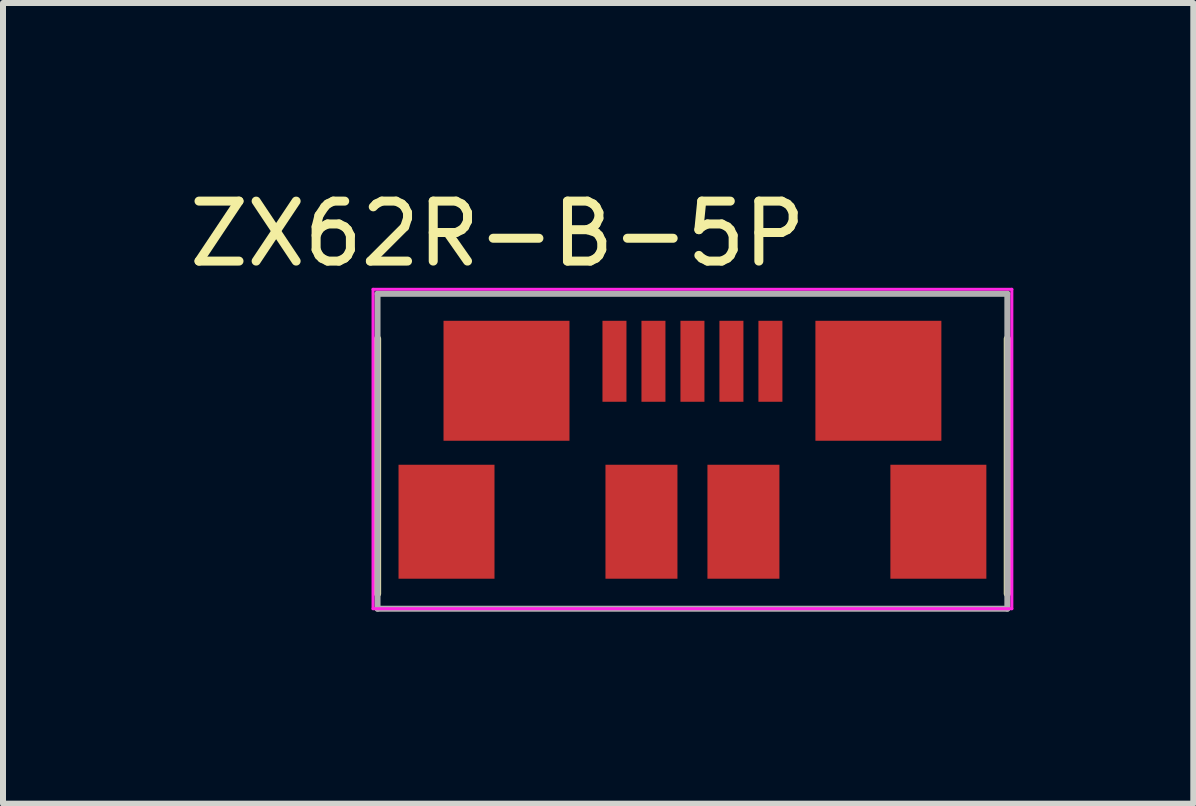
<source format=kicad_pcb>
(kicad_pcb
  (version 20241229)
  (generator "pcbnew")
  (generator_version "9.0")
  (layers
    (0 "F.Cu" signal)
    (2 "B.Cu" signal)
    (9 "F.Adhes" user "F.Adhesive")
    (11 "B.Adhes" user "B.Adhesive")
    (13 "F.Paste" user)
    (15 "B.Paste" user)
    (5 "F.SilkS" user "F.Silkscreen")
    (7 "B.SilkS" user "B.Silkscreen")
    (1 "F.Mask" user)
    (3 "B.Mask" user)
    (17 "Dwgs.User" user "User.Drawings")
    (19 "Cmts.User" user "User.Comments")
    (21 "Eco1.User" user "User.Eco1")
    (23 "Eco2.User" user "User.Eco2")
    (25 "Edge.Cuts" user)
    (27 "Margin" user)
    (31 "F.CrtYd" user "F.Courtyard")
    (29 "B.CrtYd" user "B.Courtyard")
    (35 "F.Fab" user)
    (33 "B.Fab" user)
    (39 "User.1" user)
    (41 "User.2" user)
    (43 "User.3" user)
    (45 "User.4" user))
  (footprint "ZX62R-B-5P"
    (layer "F.Cu")
    (at 8.494 7.098)
    (property "Reference" "ZX62R-B-5P" (at -3.25 -6.25 0) (layer "F.SilkS") (effects (font (size 1 1) (thickness 0.15))))
    (attr through_hole)
    (fp_line (start -5.25 -0.25) (end -5.25 -4.5) (stroke (width 0.12) (type solid)) (layer "F.SilkS"))
    (fp_line (start 5.25 -4.5) (end 5.25 -0.25) (stroke (width 0.12) (type solid)) (layer "F.SilkS"))
    (fp_line (start -5.325 -5.325) (end -5.325 0) (stroke (width 0.05) (type solid)) (layer "F.CrtYd"))
    (fp_line (start -5.325 0) (end 5.325 0) (stroke (width 0.05) (type solid)) (layer "F.CrtYd"))
    (fp_line (start 5.325 -5.325) (end -5.325 -5.325) (stroke (width 0.05) (type solid)) (layer "F.CrtYd"))
    (fp_line (start 5.325 0) (end 5.325 -5.325) (stroke (width 0.05) (type solid)) (layer "F.CrtYd"))
    (fp_line (start -5.25 -5.25) (end 5.25 -5.25) (stroke (width 0.1) (type solid)) (layer "F.Fab"))
    (fp_line (start -5.25 0) (end -5.25 -5.25) (stroke (width 0.1) (type solid)) (layer "F.Fab"))
    (fp_line (start 5.25 -5.25) (end 5.25 0) (stroke (width 0.1) (type solid)) (layer "F.Fab"))
    (fp_line (start 5.25 0) (end -5.25 0) (stroke (width 0.1) (type solid)) (layer "F.Fab"))
    (pad "1" smd rect (at 1.3 -4.125) (size 0.4 1.35) (layers "F.Cu" "F.Mask" "F.Paste"))
    (pad "2" smd rect (at 0.65 -4.125) (size 0.4 1.35) (layers "F.Cu" "F.Mask" "F.Paste"))
    (pad "3" smd rect (at 0 -4.125) (size 0.4 1.35) (layers "F.Cu" "F.Mask" "F.Paste"))
    (pad "4" smd rect (at -0.65 -4.125) (size 0.4 1.35) (layers "F.Cu" "F.Mask" "F.Paste"))
    (pad "5" smd rect (at -1.3 -4.125) (size 0.4 1.35) (layers "F.Cu" "F.Mask" "F.Paste"))
    (pad "6" smd rect (at -4.1 -1.45) (size 1.6 1.9) (layers "F.Cu" "F.Mask" "F.Paste"))
    (pad "6" smd rect (at -3.1 -3.8) (size 2.1 2) (layers "F.Cu" "F.Mask" "F.Paste"))
    (pad "6" smd rect (at -0.85 -1.45) (size 1.2 1.9) (layers "F.Cu" "F.Mask" "F.Paste"))
    (pad "6" smd rect (at 0.85 -1.45) (size 1.2 1.9) (layers "F.Cu" "F.Mask" "F.Paste"))
    (pad "6" smd rect (at 3.1 -3.8) (size 2.1 2) (layers "F.Cu" "F.Mask" "F.Paste"))
    (pad "6" smd rect (at 4.1 -1.45) (size 1.6 1.9) (layers "F.Cu" "F.Mask" "F.Paste")))
  (gr_rect
    (start -3 -3)
    (end 16.844 10.348)
    (stroke (width 0.1) (type default))
    (fill no)
    (layer "Edge.Cuts")))
</source>
